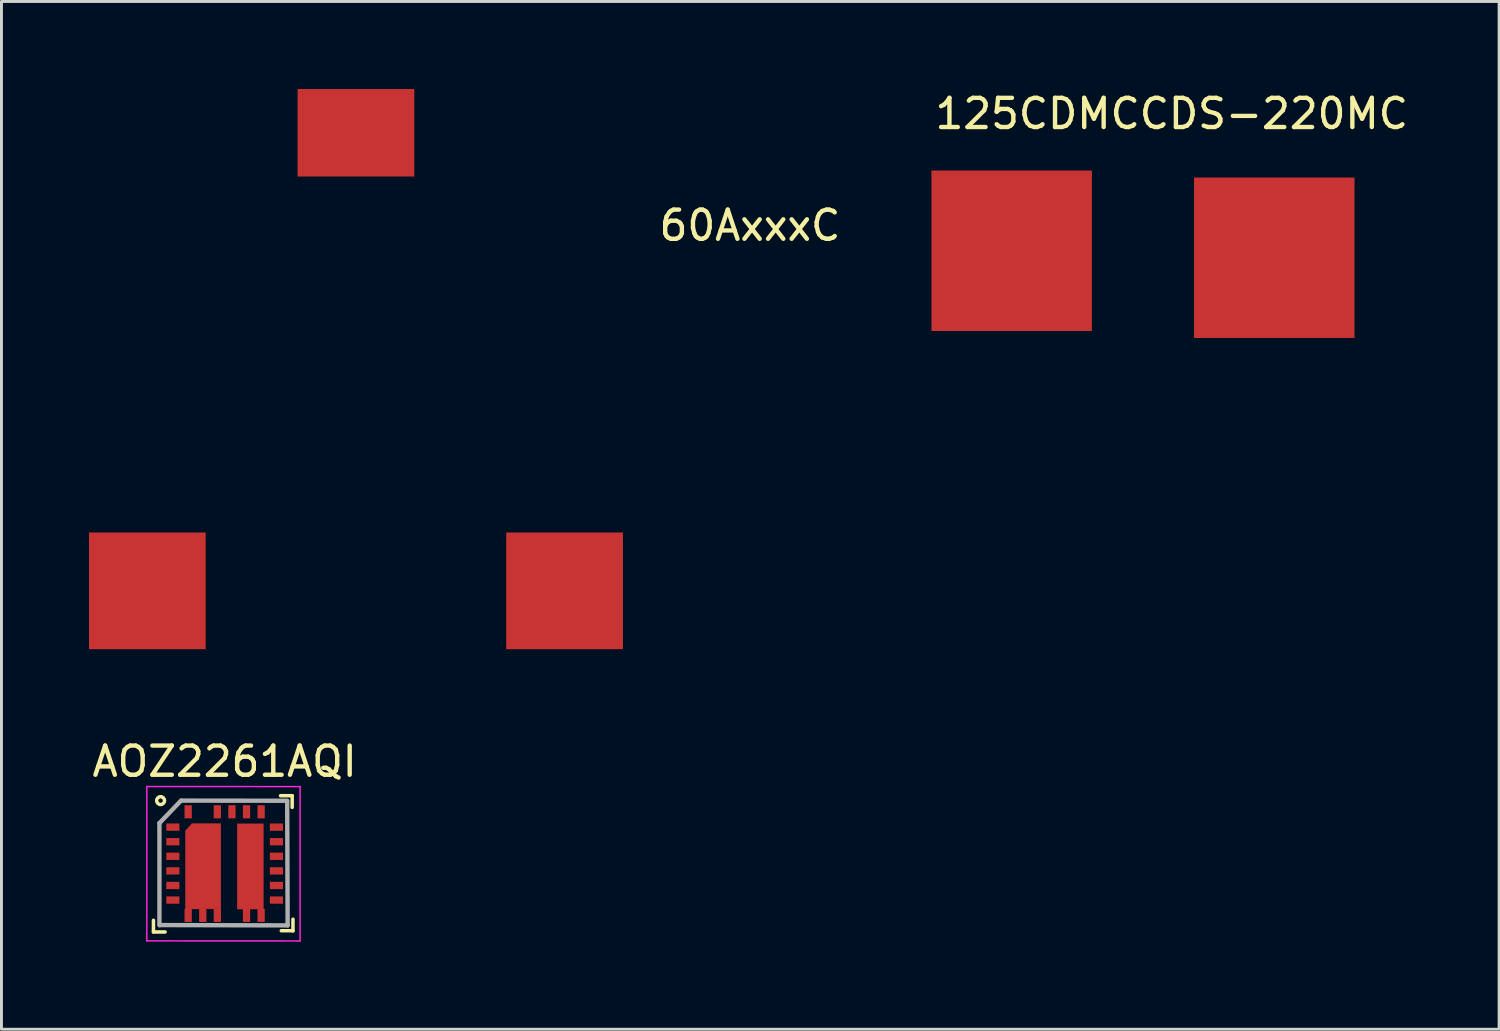
<source format=kicad_pcb>
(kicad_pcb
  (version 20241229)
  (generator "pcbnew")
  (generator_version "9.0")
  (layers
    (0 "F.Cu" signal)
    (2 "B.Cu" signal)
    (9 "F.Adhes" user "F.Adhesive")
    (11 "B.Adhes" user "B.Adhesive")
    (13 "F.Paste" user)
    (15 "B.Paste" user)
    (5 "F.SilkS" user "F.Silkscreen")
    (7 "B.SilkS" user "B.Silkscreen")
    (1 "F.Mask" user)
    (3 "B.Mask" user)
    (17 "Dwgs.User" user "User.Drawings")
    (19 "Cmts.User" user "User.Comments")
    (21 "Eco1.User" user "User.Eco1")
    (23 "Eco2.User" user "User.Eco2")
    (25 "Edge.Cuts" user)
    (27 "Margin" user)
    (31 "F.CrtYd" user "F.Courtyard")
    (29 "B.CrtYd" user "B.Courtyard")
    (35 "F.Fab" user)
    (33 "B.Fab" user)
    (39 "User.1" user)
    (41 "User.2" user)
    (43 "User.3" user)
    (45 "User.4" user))
  (footprint "60AxxxC"
    (layer "F.Cu")
    (at 9.15 9.35)
    (property "Reference" "60AxxxC" (at 13.503 -4.671 0) (layer "F.SilkS") (effects (font (size 1 1) (thickness 0.15))))
    (attr through_hole)
    (pad "1" smd rect (at -7.15 7.85) (size 4 4) (layers "F.Cu" "F.Mask" "F.Paste"))
    (pad "2" smd rect (at 7.15 7.85) (size 4 4) (layers "F.Cu" "F.Mask" "F.Paste"))
    (pad "3" smd rect (at 0 -7.85) (size 4 3) (layers "F.Cu" "F.Mask" "F.Paste")))
  (footprint "125CDMCCDS-220MC"
    (layer "F.Cu")
    (at 36.123 5.545)
    (property "Reference" "125CDMCCDS-220MC" (at 0.986 -4.697 0) (layer "F.SilkS") (effects (font (size 1 1) (thickness 0.15))))
    (attr through_hole)
    (pad "1" smd rect (at -4.5 0) (size 5.5 5.5) (layers "F.Cu" "F.Mask" "F.Paste"))
    (pad "2" smd rect (at 4.5 0.239) (size 5.5 5.5) (layers "F.Cu" "F.Mask" "F.Paste")))
  (footprint "AOZ2261AQI"
    (layer "F.Cu")
    (at 4.649 26.548)
    (property "Reference" "AOZ2261AQI" (at 0 -3.5 0) (layer "F.SilkS") (effects (font (size 1 1) (thickness 0.15))))
    (attr smd)
    (fp_poly (pts (xy -1.346 1.557) (xy -0.13 1.552) (xy -0.13 -1.374) (xy -1.118 -1.374) (xy -1.346 -1.125)) (stroke (width 0.01) (type solid)) (fill yes) (layer "F.Cu"))
    (fp_poly (pts (xy 0.429 1.565) (xy 1.336 1.565) (xy 1.336 -1.372) (xy 0.429 -1.372) (xy 0.429 -1.085)) (stroke (width 0.001) (type solid)) (fill yes) (layer "F.Cu"))
    (fp_line (start -2.44 2.343) (end -2.44 1.943) (stroke (width 0.12) (type solid)) (layer "F.SilkS"))
    (fp_line (start -2.04 2.343) (end -2.44 2.343) (stroke (width 0.12) (type solid)) (layer "F.SilkS"))
    (fp_line (start 1.915 -2.327) (end 2.315 -2.327) (stroke (width 0.12) (type solid)) (layer "F.SilkS"))
    (fp_line (start 1.942 2.301) (end 2.342 2.301) (stroke (width 0.12) (type solid)) (layer "F.SilkS"))
    (fp_line (start 2.315 -2.327) (end 2.315 -1.927) (stroke (width 0.12) (type solid)) (layer "F.SilkS"))
    (fp_line (start 2.342 2.306) (end 2.342 1.906) (stroke (width 0.12) (type solid)) (layer "F.SilkS"))
    (fp_circle (center -2.195 -2.159) (end -2.139 -2.037) (stroke (width 0.12) (type solid)) (fill no) (layer "F.SilkS"))
    (fp_line (start -2.667 2.647) (end -2.667 -2.642) (stroke (width 0.05) (type solid)) (layer "F.CrtYd"))
    (fp_line (start -2.662 -2.642) (end 2.586 -2.639) (stroke (width 0.05) (type solid)) (layer "F.CrtYd"))
    (fp_line (start 2.586 -2.637) (end 2.586 2.652) (stroke (width 0.05) (type solid)) (layer "F.CrtYd"))
    (fp_line (start 2.586 2.652) (end -2.667 2.649) (stroke (width 0.05) (type solid)) (layer "F.CrtYd"))
    (fp_line (start -2.235 -1.387) (end -2.235 2.113) (stroke (width 0.15) (type solid)) (layer "F.Fab"))
    (fp_line (start -2.218 2.107) (end 2.159 2.118) (stroke (width 0.15) (type solid)) (layer "F.Fab"))
    (fp_line (start -1.494 -2.159) (end -2.235 -1.387) (stroke (width 0.15) (type solid)) (layer "F.Fab"))
    (fp_line (start 2.144 -2.154) (end -1.483 -2.159) (stroke (width 0.15) (type solid)) (layer "F.Fab"))
    (fp_line (start 2.159 2.118) (end 2.144 -2.134) (stroke (width 0.15) (type solid)) (layer "F.Fab"))
    (pad "1" smd rect (at -1.775 -1.25 90) (size 0.25 0.45) (layers "F.Cu" "F.Mask" "F.Paste"))
    (pad "2" smd rect (at -1.775 -0.75 90) (size 0.25 0.45) (layers "F.Cu" "F.Mask" "F.Paste"))
    (pad "3" smd rect (at -1.775 -0.25 90) (size 0.25 0.45) (layers "F.Cu" "F.Mask" "F.Paste"))
    (pad "4" smd rect (at -1.775 0.25 90) (size 0.25 0.45) (layers "F.Cu" "F.Mask" "F.Paste"))
    (pad "5" smd rect (at -1.775 0.75 90) (size 0.25 0.45) (layers "F.Cu" "F.Mask" "F.Paste"))
    (pad "6" smd rect (at -1.775 1.25 90) (size 0.25 0.45) (layers "F.Cu" "F.Mask" "F.Paste"))
    (pad "7" smd rect (at -1.25 1.775) (size 0.25 0.45) (layers "F.Cu" "F.Mask" "F.Paste"))
    (pad "8" smd rect (at -0.75 1.775) (size 0.25 0.45) (layers "F.Cu" "F.Mask" "F.Paste"))
    (pad "9" smd rect (at -0.25 1.775) (size 0.25 0.45) (layers "F.Cu" "F.Mask" "F.Paste"))
    (pad "10" smd rect (at 0.75 1.775) (size 0.25 0.45) (layers "F.Cu" "F.Mask" "F.Paste"))
    (pad "11" smd rect (at 1.25 1.775) (size 0.25 0.45) (layers "F.Cu" "F.Mask" "F.Paste"))
    (pad "12" smd rect (at 1.775 1.25 90) (size 0.25 0.45) (layers "F.Cu" "F.Mask" "F.Paste"))
    (pad "13" smd rect (at 1.775 0.75 90) (size 0.25 0.45) (layers "F.Cu" "F.Mask" "F.Paste"))
    (pad "14" smd rect (at 1.775 0.25 90) (size 0.25 0.45) (layers "F.Cu" "F.Mask" "F.Paste"))
    (pad "15" smd rect (at 1.775 -0.25 90) (size 0.25 0.45) (layers "F.Cu" "F.Mask" "F.Paste"))
    (pad "16" smd rect (at 1.775 -0.75 90) (size 0.25 0.45) (layers "F.Cu" "F.Mask" "F.Paste"))
    (pad "17" smd rect (at 1.775 -1.25 90) (size 0.25 0.45) (layers "F.Cu" "F.Mask" "F.Paste"))
    (pad "18" smd rect (at 1.25 -1.775) (size 0.25 0.45) (layers "F.Cu" "F.Mask" "F.Paste"))
    (pad "19" smd rect (at 0.75 -1.775) (size 0.25 0.45) (layers "F.Cu" "F.Mask" "F.Paste"))
    (pad "20" smd rect (at 0.25 -1.775) (size 0.25 0.45) (layers "F.Cu" "F.Mask" "F.Paste"))
    (pad "21" smd rect (at -0.25 -1.775) (size 0.25 0.45) (layers "F.Cu" "F.Mask" "F.Paste"))
    (pad "22" smd rect (at -1.25 -1.775) (size 0.25 0.45) (layers "F.Cu" "F.Mask" "F.Paste")))
  (gr_rect
    (start -3 -3)
    (end 48.329 32.225)
    (stroke (width 0.1) (type default))
    (fill no)
    (layer "Edge.Cuts")))
</source>
